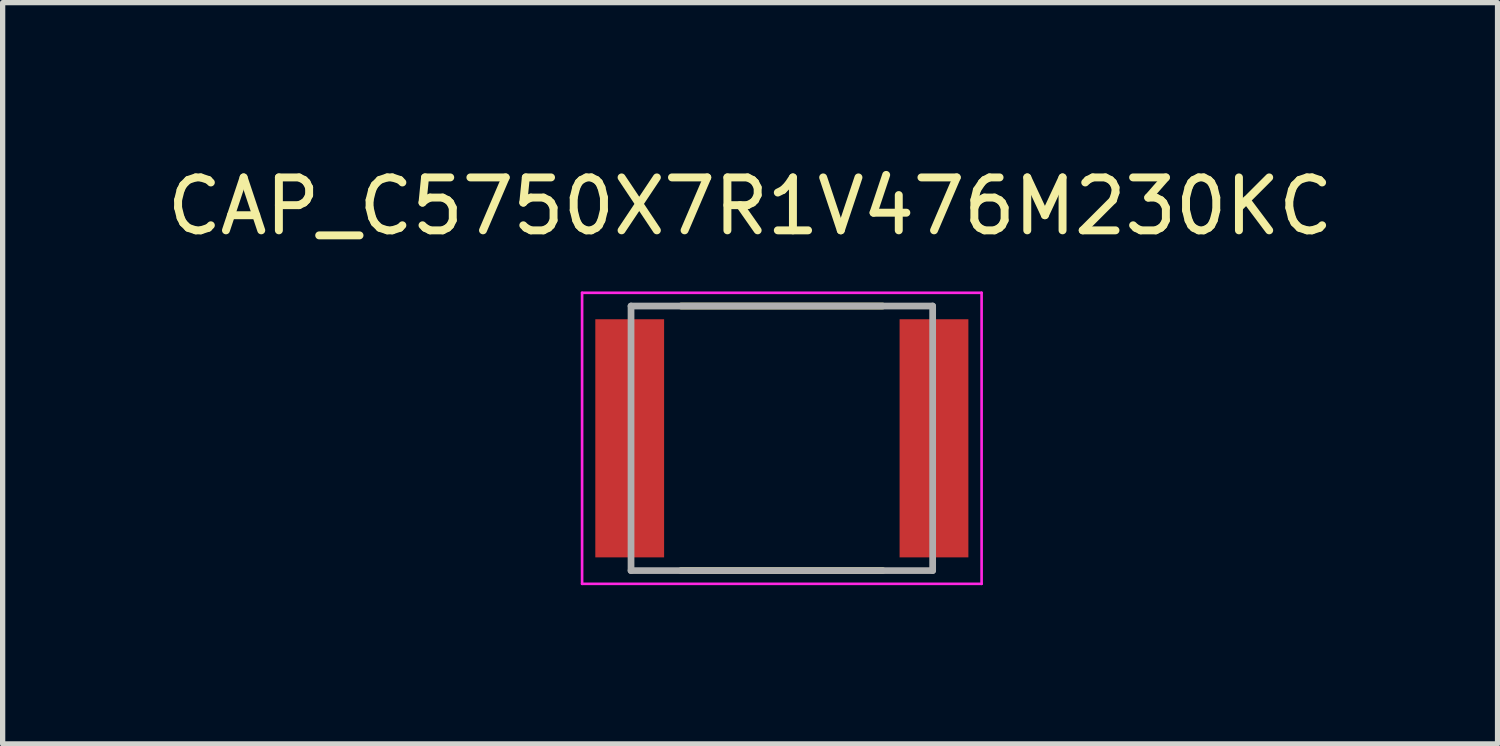
<source format=kicad_pcb>
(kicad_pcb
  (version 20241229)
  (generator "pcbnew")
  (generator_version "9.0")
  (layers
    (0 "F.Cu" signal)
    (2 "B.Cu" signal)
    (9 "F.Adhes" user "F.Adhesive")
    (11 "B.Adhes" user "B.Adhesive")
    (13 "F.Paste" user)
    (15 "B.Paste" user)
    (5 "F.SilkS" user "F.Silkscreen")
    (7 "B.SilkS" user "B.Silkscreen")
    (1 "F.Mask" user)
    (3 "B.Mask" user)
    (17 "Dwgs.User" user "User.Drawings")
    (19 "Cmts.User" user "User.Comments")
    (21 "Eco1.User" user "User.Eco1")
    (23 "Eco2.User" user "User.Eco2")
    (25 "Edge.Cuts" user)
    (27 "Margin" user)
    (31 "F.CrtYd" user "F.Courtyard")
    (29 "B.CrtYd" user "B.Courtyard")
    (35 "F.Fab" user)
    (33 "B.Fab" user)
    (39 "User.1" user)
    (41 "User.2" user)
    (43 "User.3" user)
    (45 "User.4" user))
  (footprint "CAP_C5750X7R1V476M230KC"
    (layer "F.Cu")
    (at 11.725 5.233)
    (property "Reference" "CAP_C5750X7R1V476M230KC" (at -0.6 -4.385 0) (layer "F.SilkS") (effects (font (size 1 1) (thickness 0.15))))
    (attr smd)
    (fp_line (start -1.905 -2.5) (end 1.905 -2.5) (stroke (width 0.127) (type solid)) (layer "F.SilkS"))
    (fp_line (start -1.905 2.5) (end 1.905 2.5) (stroke (width 0.127) (type solid)) (layer "F.SilkS"))
    (fp_line (start -3.775 -2.75) (end -3.775 2.75) (stroke (width 0.05) (type solid)) (layer "F.CrtYd"))
    (fp_line (start -3.775 2.75) (end 3.775 2.75) (stroke (width 0.05) (type solid)) (layer "F.CrtYd"))
    (fp_line (start 3.775 -2.75) (end -3.775 -2.75) (stroke (width 0.05) (type solid)) (layer "F.CrtYd"))
    (fp_line (start 3.775 2.75) (end 3.775 -2.75) (stroke (width 0.05) (type solid)) (layer "F.CrtYd"))
    (fp_line (start -2.85 -2.5) (end -2.85 2.5) (stroke (width 0.127) (type solid)) (layer "F.Fab"))
    (fp_line (start -2.85 -2.5) (end 2.85 -2.5) (stroke (width 0.127) (type solid)) (layer "F.Fab"))
    (fp_line (start -2.85 2.5) (end 2.85 2.5) (stroke (width 0.127) (type solid)) (layer "F.Fab"))
    (fp_line (start 2.85 -2.5) (end 2.85 2.5) (stroke (width 0.127) (type solid)) (layer "F.Fab"))
    (pad "1" smd rect (at -2.875 0) (size 1.3 4.5) (layers "F.Cu" "F.Mask" "F.Paste"))
    (pad "2" smd rect (at 2.875 0) (size 1.3 4.5) (layers "F.Cu" "F.Mask" "F.Paste")))
  (gr_rect
    (start -3 -3)
    (end 25.25 11.008)
    (stroke (width 0.1) (type default))
    (fill no)
    (layer "Edge.Cuts")))
</source>
